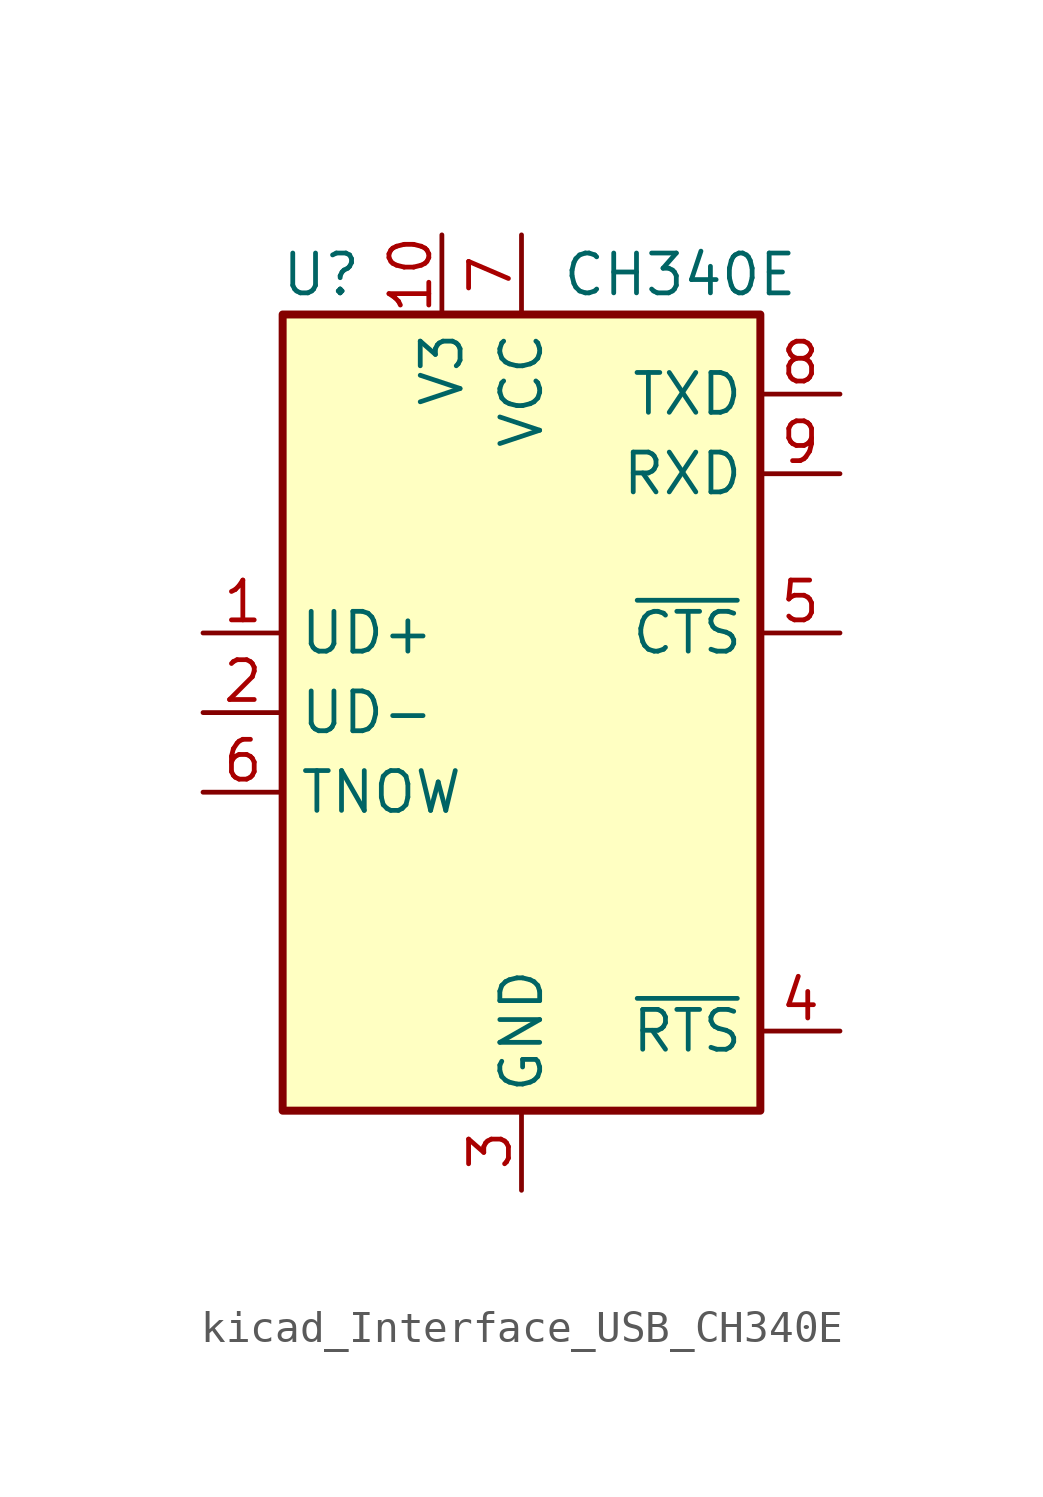
<source format=kicad_sym>
(kicad_symbol_lib
  (version 20220914)
  (generator kicad_symbol_editor)
  (symbol "kicad_Interface_USB_CH340E"
    (property "Reference" "U"
      (at -5.08 13.97 0)
      (effects (font (size 1.27 1.27)) (justify right)))
    (property "Value" "CH340E"
      (at 1.27 13.97 0)
      (effects (font (size 1.27 1.27)) (justify left)))
    (symbol "kicad_Interface_USB_CH340E_0_1"
      (rectangle (start -7.62 12.7) (end 7.62 -12.7) (stroke (width 0.254) (type default)) (fill (type background))))
    (symbol "kicad_Interface_USB_CH340E_1_1"
      (pin bidirectional line (at -10.16 2.54 0) (length 2.54) (name "UD+" (effects (font (size 1.27 1.27)))) (number "1" (effects (font (size 1.27 1.27)))))
      (pin passive line (at -2.54 15.24 270) (length 2.54) (name "V3" (effects (font (size 1.27 1.27)))) (number "10" (effects (font (size 1.27 1.27)))))
      (pin bidirectional line (at -10.16 0 0) (length 2.54) (name "UD-" (effects (font (size 1.27 1.27)))) (number "2" (effects (font (size 1.27 1.27)))))
      (pin power_in line (at 0 -15.24 90) (length 2.54) (name "GND" (effects (font (size 1.27 1.27)))) (number "3" (effects (font (size 1.27 1.27)))))
      (pin output line (at 10.16 -10.16 180) (length 2.54) (name "~{RTS}" (effects (font (size 1.27 1.27)))) (number "4" (effects (font (size 1.27 1.27)))))
      (pin input line (at 10.16 2.54 180) (length 2.54) (name "~{CTS}" (effects (font (size 1.27 1.27)))) (number "5" (effects (font (size 1.27 1.27)))))
      (pin output line (at -10.16 -2.54 0) (length 2.54) (name "TNOW" (effects (font (size 1.27 1.27)))) (number "6" (effects (font (size 1.27 1.27)))))
      (pin power_in line (at 0 15.24 270) (length 2.54) (name "VCC" (effects (font (size 1.27 1.27)))) (number "7" (effects (font (size 1.27 1.27)))))
      (pin output line (at 10.16 10.16 180) (length 2.54) (name "TXD" (effects (font (size 1.27 1.27)))) (number "8" (effects (font (size 1.27 1.27)))))
      (pin input line (at 10.16 7.62 180) (length 2.54) (name "RXD" (effects (font (size 1.27 1.27)))) (number "9" (effects (font (size 1.27 1.27))))))))
</source>
